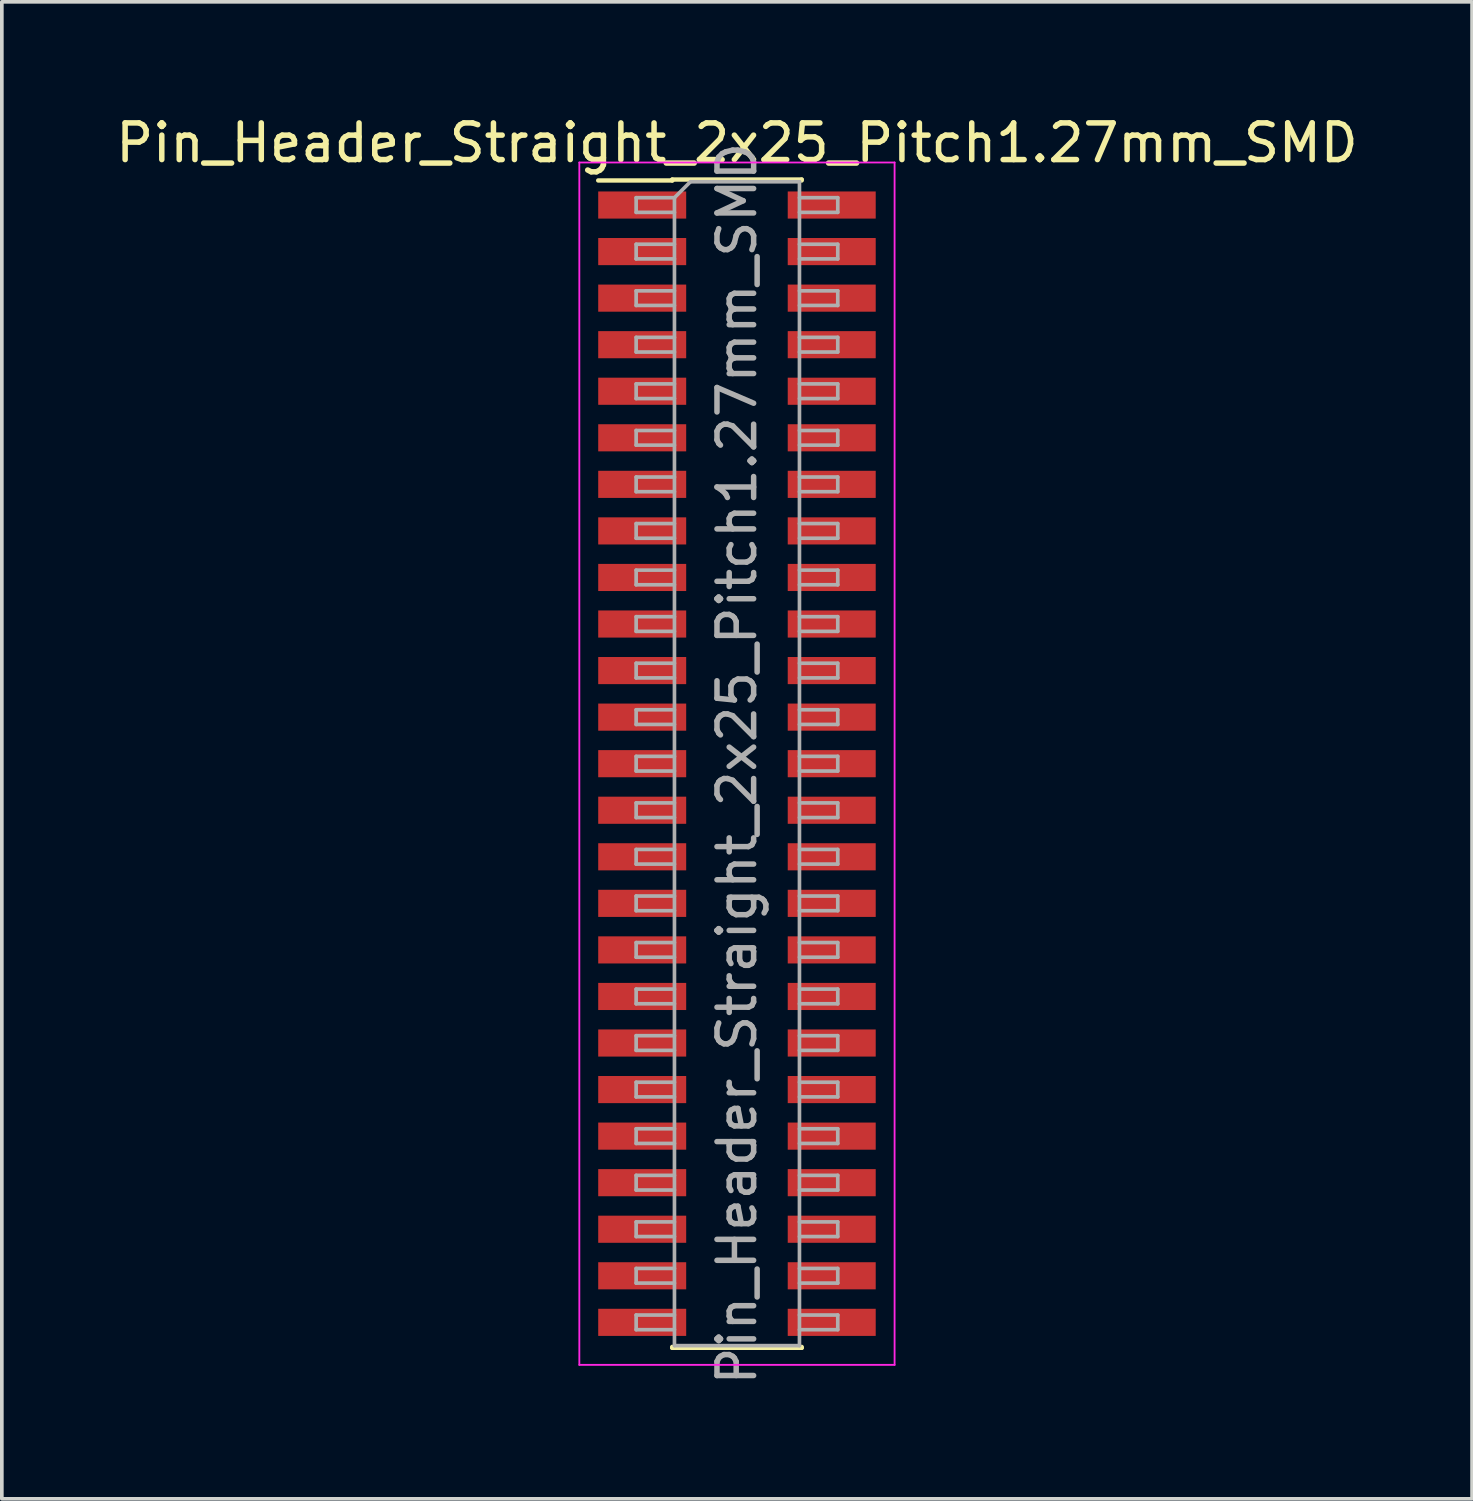
<source format=kicad_pcb>
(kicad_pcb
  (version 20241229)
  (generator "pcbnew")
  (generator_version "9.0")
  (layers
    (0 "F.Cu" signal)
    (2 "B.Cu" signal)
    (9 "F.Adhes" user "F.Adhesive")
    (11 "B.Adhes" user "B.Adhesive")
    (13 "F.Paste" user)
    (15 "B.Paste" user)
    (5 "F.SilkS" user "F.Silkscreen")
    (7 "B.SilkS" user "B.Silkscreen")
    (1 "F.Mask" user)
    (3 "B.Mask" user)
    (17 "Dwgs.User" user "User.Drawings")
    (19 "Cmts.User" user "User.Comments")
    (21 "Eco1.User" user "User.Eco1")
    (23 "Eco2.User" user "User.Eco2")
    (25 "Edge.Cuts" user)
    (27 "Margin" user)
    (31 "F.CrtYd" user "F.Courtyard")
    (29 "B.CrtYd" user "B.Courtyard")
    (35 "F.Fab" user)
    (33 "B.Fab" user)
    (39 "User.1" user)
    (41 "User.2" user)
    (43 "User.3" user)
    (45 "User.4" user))
  (footprint "Pin_Header_Straight_2x25_Pitch1.27mm_SMD"
    (layer "F.Cu")
    (at 17.054 17.783)
    (property "Reference" "Pin_Header_Straight_2x25_Pitch1.27mm_SMD" (at 0 -16.935 0) (layer "F.SilkS") (effects (font (size 1 1) (thickness 0.15))))
    (attr smd)
    (fp_line (start -3.785 -15.91) (end -1.765 -15.91) (stroke (width 0.12) (type solid)) (layer "F.SilkS"))
    (fp_line (start -1.765 -15.935) (end 1.765 -15.935) (stroke (width 0.12) (type solid)) (layer "F.SilkS"))
    (fp_line (start -1.765 -15.91) (end -1.765 -15.935) (stroke (width 0.12) (type solid)) (layer "F.SilkS"))
    (fp_line (start -1.765 15.91) (end -1.765 15.935) (stroke (width 0.12) (type solid)) (layer "F.SilkS"))
    (fp_line (start -1.765 15.935) (end 1.765 15.935) (stroke (width 0.12) (type solid)) (layer "F.SilkS"))
    (fp_line (start 1.765 -15.935) (end 1.765 -15.91) (stroke (width 0.12) (type solid)) (layer "F.SilkS"))
    (fp_line (start 1.765 15.935) (end 1.765 15.91) (stroke (width 0.12) (type solid)) (layer "F.SilkS"))
    (fp_line (start -4.3 -16.4) (end -4.3 16.4) (stroke (width 0.05) (type solid)) (layer "F.CrtYd"))
    (fp_line (start -4.3 16.4) (end 4.3 16.4) (stroke (width 0.05) (type solid)) (layer "F.CrtYd"))
    (fp_line (start 4.3 -16.4) (end -4.3 -16.4) (stroke (width 0.05) (type solid)) (layer "F.CrtYd"))
    (fp_line (start 4.3 16.4) (end 4.3 -16.4) (stroke (width 0.05) (type solid)) (layer "F.CrtYd"))
    (fp_line (start -2.75 -15.44) (end -2.75 -15.04) (stroke (width 0.1) (type solid)) (layer "F.Fab"))
    (fp_line (start -2.75 -15.04) (end -1.705 -15.04) (stroke (width 0.1) (type solid)) (layer "F.Fab"))
    (fp_line (start -2.75 -14.17) (end -2.75 -13.77) (stroke (width 0.1) (type solid)) (layer "F.Fab"))
    (fp_line (start -2.75 -13.77) (end -1.705 -13.77) (stroke (width 0.1) (type solid)) (layer "F.Fab"))
    (fp_line (start -2.75 -12.9) (end -2.75 -12.5) (stroke (width 0.1) (type solid)) (layer "F.Fab"))
    (fp_line (start -2.75 -12.5) (end -1.705 -12.5) (stroke (width 0.1) (type solid)) (layer "F.Fab"))
    (fp_line (start -2.75 -11.63) (end -2.75 -11.23) (stroke (width 0.1) (type solid)) (layer "F.Fab"))
    (fp_line (start -2.75 -11.23) (end -1.705 -11.23) (stroke (width 0.1) (type solid)) (layer "F.Fab"))
    (fp_line (start -2.75 -10.36) (end -2.75 -9.96) (stroke (width 0.1) (type solid)) (layer "F.Fab"))
    (fp_line (start -2.75 -9.96) (end -1.705 -9.96) (stroke (width 0.1) (type solid)) (layer "F.Fab"))
    (fp_line (start -2.75 -9.09) (end -2.75 -8.69) (stroke (width 0.1) (type solid)) (layer "F.Fab"))
    (fp_line (start -2.75 -8.69) (end -1.705 -8.69) (stroke (width 0.1) (type solid)) (layer "F.Fab"))
    (fp_line (start -2.75 -7.82) (end -2.75 -7.42) (stroke (width 0.1) (type solid)) (layer "F.Fab"))
    (fp_line (start -2.75 -7.42) (end -1.705 -7.42) (stroke (width 0.1) (type solid)) (layer "F.Fab"))
    (fp_line (start -2.75 -6.55) (end -2.75 -6.15) (stroke (width 0.1) (type solid)) (layer "F.Fab"))
    (fp_line (start -2.75 -6.15) (end -1.705 -6.15) (stroke (width 0.1) (type solid)) (layer "F.Fab"))
    (fp_line (start -2.75 -5.28) (end -2.75 -4.88) (stroke (width 0.1) (type solid)) (layer "F.Fab"))
    (fp_line (start -2.75 -4.88) (end -1.705 -4.88) (stroke (width 0.1) (type solid)) (layer "F.Fab"))
    (fp_line (start -2.75 -4.01) (end -2.75 -3.61) (stroke (width 0.1) (type solid)) (layer "F.Fab"))
    (fp_line (start -2.75 -3.61) (end -1.705 -3.61) (stroke (width 0.1) (type solid)) (layer "F.Fab"))
    (fp_line (start -2.75 -2.74) (end -2.75 -2.34) (stroke (width 0.1) (type solid)) (layer "F.Fab"))
    (fp_line (start -2.75 -2.34) (end -1.705 -2.34) (stroke (width 0.1) (type solid)) (layer "F.Fab"))
    (fp_line (start -2.75 -1.47) (end -2.75 -1.07) (stroke (width 0.1) (type solid)) (layer "F.Fab"))
    (fp_line (start -2.75 -1.07) (end -1.705 -1.07) (stroke (width 0.1) (type solid)) (layer "F.Fab"))
    (fp_line (start -2.75 -0.2) (end -2.75 0.2) (stroke (width 0.1) (type solid)) (layer "F.Fab"))
    (fp_line (start -2.75 0.2) (end -1.705 0.2) (stroke (width 0.1) (type solid)) (layer "F.Fab"))
    (fp_line (start -2.75 1.07) (end -2.75 1.47) (stroke (width 0.1) (type solid)) (layer "F.Fab"))
    (fp_line (start -2.75 1.47) (end -1.705 1.47) (stroke (width 0.1) (type solid)) (layer "F.Fab"))
    (fp_line (start -2.75 2.34) (end -2.75 2.74) (stroke (width 0.1) (type solid)) (layer "F.Fab"))
    (fp_line (start -2.75 2.74) (end -1.705 2.74) (stroke (width 0.1) (type solid)) (layer "F.Fab"))
    (fp_line (start -2.75 3.61) (end -2.75 4.01) (stroke (width 0.1) (type solid)) (layer "F.Fab"))
    (fp_line (start -2.75 4.01) (end -1.705 4.01) (stroke (width 0.1) (type solid)) (layer "F.Fab"))
    (fp_line (start -2.75 4.88) (end -2.75 5.28) (stroke (width 0.1) (type solid)) (layer "F.Fab"))
    (fp_line (start -2.75 5.28) (end -1.705 5.28) (stroke (width 0.1) (type solid)) (layer "F.Fab"))
    (fp_line (start -2.75 6.15) (end -2.75 6.55) (stroke (width 0.1) (type solid)) (layer "F.Fab"))
    (fp_line (start -2.75 6.55) (end -1.705 6.55) (stroke (width 0.1) (type solid)) (layer "F.Fab"))
    (fp_line (start -2.75 7.42) (end -2.75 7.82) (stroke (width 0.1) (type solid)) (layer "F.Fab"))
    (fp_line (start -2.75 7.82) (end -1.705 7.82) (stroke (width 0.1) (type solid)) (layer "F.Fab"))
    (fp_line (start -2.75 8.69) (end -2.75 9.09) (stroke (width 0.1) (type solid)) (layer "F.Fab"))
    (fp_line (start -2.75 9.09) (end -1.705 9.09) (stroke (width 0.1) (type solid)) (layer "F.Fab"))
    (fp_line (start -2.75 9.96) (end -2.75 10.36) (stroke (width 0.1) (type solid)) (layer "F.Fab"))
    (fp_line (start -2.75 10.36) (end -1.705 10.36) (stroke (width 0.1) (type solid)) (layer "F.Fab"))
    (fp_line (start -2.75 11.23) (end -2.75 11.63) (stroke (width 0.1) (type solid)) (layer "F.Fab"))
    (fp_line (start -2.75 11.63) (end -1.705 11.63) (stroke (width 0.1) (type solid)) (layer "F.Fab"))
    (fp_line (start -2.75 12.5) (end -2.75 12.9) (stroke (width 0.1) (type solid)) (layer "F.Fab"))
    (fp_line (start -2.75 12.9) (end -1.705 12.9) (stroke (width 0.1) (type solid)) (layer "F.Fab"))
    (fp_line (start -2.75 13.77) (end -2.75 14.17) (stroke (width 0.1) (type solid)) (layer "F.Fab"))
    (fp_line (start -2.75 14.17) (end -1.705 14.17) (stroke (width 0.1) (type solid)) (layer "F.Fab"))
    (fp_line (start -2.75 15.04) (end -2.75 15.44) (stroke (width 0.1) (type solid)) (layer "F.Fab"))
    (fp_line (start -2.75 15.44) (end -1.705 15.44) (stroke (width 0.1) (type solid)) (layer "F.Fab"))
    (fp_line (start -1.705 -15.44) (end -2.75 -15.44) (stroke (width 0.1) (type solid)) (layer "F.Fab"))
    (fp_line (start -1.705 -15.44) (end -1.27 -15.875) (stroke (width 0.1) (type solid)) (layer "F.Fab"))
    (fp_line (start -1.705 -14.17) (end -2.75 -14.17) (stroke (width 0.1) (type solid)) (layer "F.Fab"))
    (fp_line (start -1.705 -12.9) (end -2.75 -12.9) (stroke (width 0.1) (type solid)) (layer "F.Fab"))
    (fp_line (start -1.705 -11.63) (end -2.75 -11.63) (stroke (width 0.1) (type solid)) (layer "F.Fab"))
    (fp_line (start -1.705 -10.36) (end -2.75 -10.36) (stroke (width 0.1) (type solid)) (layer "F.Fab"))
    (fp_line (start -1.705 -9.09) (end -2.75 -9.09) (stroke (width 0.1) (type solid)) (layer "F.Fab"))
    (fp_line (start -1.705 -7.82) (end -2.75 -7.82) (stroke (width 0.1) (type solid)) (layer "F.Fab"))
    (fp_line (start -1.705 -6.55) (end -2.75 -6.55) (stroke (width 0.1) (type solid)) (layer "F.Fab"))
    (fp_line (start -1.705 -5.28) (end -2.75 -5.28) (stroke (width 0.1) (type solid)) (layer "F.Fab"))
    (fp_line (start -1.705 -4.01) (end -2.75 -4.01) (stroke (width 0.1) (type solid)) (layer "F.Fab"))
    (fp_line (start -1.705 -2.74) (end -2.75 -2.74) (stroke (width 0.1) (type solid)) (layer "F.Fab"))
    (fp_line (start -1.705 -1.47) (end -2.75 -1.47) (stroke (width 0.1) (type solid)) (layer "F.Fab"))
    (fp_line (start -1.705 -0.2) (end -2.75 -0.2) (stroke (width 0.1) (type solid)) (layer "F.Fab"))
    (fp_line (start -1.705 1.07) (end -2.75 1.07) (stroke (width 0.1) (type solid)) (layer "F.Fab"))
    (fp_line (start -1.705 2.34) (end -2.75 2.34) (stroke (width 0.1) (type solid)) (layer "F.Fab"))
    (fp_line (start -1.705 3.61) (end -2.75 3.61) (stroke (width 0.1) (type solid)) (layer "F.Fab"))
    (fp_line (start -1.705 4.88) (end -2.75 4.88) (stroke (width 0.1) (type solid)) (layer "F.Fab"))
    (fp_line (start -1.705 6.15) (end -2.75 6.15) (stroke (width 0.1) (type solid)) (layer "F.Fab"))
    (fp_line (start -1.705 7.42) (end -2.75 7.42) (stroke (width 0.1) (type solid)) (layer "F.Fab"))
    (fp_line (start -1.705 8.69) (end -2.75 8.69) (stroke (width 0.1) (type solid)) (layer "F.Fab"))
    (fp_line (start -1.705 9.96) (end -2.75 9.96) (stroke (width 0.1) (type solid)) (layer "F.Fab"))
    (fp_line (start -1.705 11.23) (end -2.75 11.23) (stroke (width 0.1) (type solid)) (layer "F.Fab"))
    (fp_line (start -1.705 12.5) (end -2.75 12.5) (stroke (width 0.1) (type solid)) (layer "F.Fab"))
    (fp_line (start -1.705 13.77) (end -2.75 13.77) (stroke (width 0.1) (type solid)) (layer "F.Fab"))
    (fp_line (start -1.705 15.04) (end -2.75 15.04) (stroke (width 0.1) (type solid)) (layer "F.Fab"))
    (fp_line (start -1.705 15.875) (end -1.705 -15.44) (stroke (width 0.1) (type solid)) (layer "F.Fab"))
    (fp_line (start -1.27 -15.875) (end 1.705 -15.875) (stroke (width 0.1) (type solid)) (layer "F.Fab"))
    (fp_line (start 1.705 -15.875) (end 1.705 15.875) (stroke (width 0.1) (type solid)) (layer "F.Fab"))
    (fp_line (start 1.705 -15.44) (end 2.75 -15.44) (stroke (width 0.1) (type solid)) (layer "F.Fab"))
    (fp_line (start 1.705 -14.17) (end 2.75 -14.17) (stroke (width 0.1) (type solid)) (layer "F.Fab"))
    (fp_line (start 1.705 -12.9) (end 2.75 -12.9) (stroke (width 0.1) (type solid)) (layer "F.Fab"))
    (fp_line (start 1.705 -11.63) (end 2.75 -11.63) (stroke (width 0.1) (type solid)) (layer "F.Fab"))
    (fp_line (start 1.705 -10.36) (end 2.75 -10.36) (stroke (width 0.1) (type solid)) (layer "F.Fab"))
    (fp_line (start 1.705 -9.09) (end 2.75 -9.09) (stroke (width 0.1) (type solid)) (layer "F.Fab"))
    (fp_line (start 1.705 -7.82) (end 2.75 -7.82) (stroke (width 0.1) (type solid)) (layer "F.Fab"))
    (fp_line (start 1.705 -6.55) (end 2.75 -6.55) (stroke (width 0.1) (type solid)) (layer "F.Fab"))
    (fp_line (start 1.705 -5.28) (end 2.75 -5.28) (stroke (width 0.1) (type solid)) (layer "F.Fab"))
    (fp_line (start 1.705 -4.01) (end 2.75 -4.01) (stroke (width 0.1) (type solid)) (layer "F.Fab"))
    (fp_line (start 1.705 -2.74) (end 2.75 -2.74) (stroke (width 0.1) (type solid)) (layer "F.Fab"))
    (fp_line (start 1.705 -1.47) (end 2.75 -1.47) (stroke (width 0.1) (type solid)) (layer "F.Fab"))
    (fp_line (start 1.705 -0.2) (end 2.75 -0.2) (stroke (width 0.1) (type solid)) (layer "F.Fab"))
    (fp_line (start 1.705 1.07) (end 2.75 1.07) (stroke (width 0.1) (type solid)) (layer "F.Fab"))
    (fp_line (start 1.705 2.34) (end 2.75 2.34) (stroke (width 0.1) (type solid)) (layer "F.Fab"))
    (fp_line (start 1.705 3.61) (end 2.75 3.61) (stroke (width 0.1) (type solid)) (layer "F.Fab"))
    (fp_line (start 1.705 4.88) (end 2.75 4.88) (stroke (width 0.1) (type solid)) (layer "F.Fab"))
    (fp_line (start 1.705 6.15) (end 2.75 6.15) (stroke (width 0.1) (type solid)) (layer "F.Fab"))
    (fp_line (start 1.705 7.42) (end 2.75 7.42) (stroke (width 0.1) (type solid)) (layer "F.Fab"))
    (fp_line (start 1.705 8.69) (end 2.75 8.69) (stroke (width 0.1) (type solid)) (layer "F.Fab"))
    (fp_line (start 1.705 9.96) (end 2.75 9.96) (stroke (width 0.1) (type solid)) (layer "F.Fab"))
    (fp_line (start 1.705 11.23) (end 2.75 11.23) (stroke (width 0.1) (type solid)) (layer "F.Fab"))
    (fp_line (start 1.705 12.5) (end 2.75 12.5) (stroke (width 0.1) (type solid)) (layer "F.Fab"))
    (fp_line (start 1.705 13.77) (end 2.75 13.77) (stroke (width 0.1) (type solid)) (layer "F.Fab"))
    (fp_line (start 1.705 15.04) (end 2.75 15.04) (stroke (width 0.1) (type solid)) (layer "F.Fab"))
    (fp_line (start 1.705 15.875) (end -1.705 15.875) (stroke (width 0.1) (type solid)) (layer "F.Fab"))
    (fp_line (start 2.75 -15.44) (end 2.75 -15.04) (stroke (width 0.1) (type solid)) (layer "F.Fab"))
    (fp_line (start 2.75 -15.04) (end 1.705 -15.04) (stroke (width 0.1) (type solid)) (layer "F.Fab"))
    (fp_line (start 2.75 -14.17) (end 2.75 -13.77) (stroke (width 0.1) (type solid)) (layer "F.Fab"))
    (fp_line (start 2.75 -13.77) (end 1.705 -13.77) (stroke (width 0.1) (type solid)) (layer "F.Fab"))
    (fp_line (start 2.75 -12.9) (end 2.75 -12.5) (stroke (width 0.1) (type solid)) (layer "F.Fab"))
    (fp_line (start 2.75 -12.5) (end 1.705 -12.5) (stroke (width 0.1) (type solid)) (layer "F.Fab"))
    (fp_line (start 2.75 -11.63) (end 2.75 -11.23) (stroke (width 0.1) (type solid)) (layer "F.Fab"))
    (fp_line (start 2.75 -11.23) (end 1.705 -11.23) (stroke (width 0.1) (type solid)) (layer "F.Fab"))
    (fp_line (start 2.75 -10.36) (end 2.75 -9.96) (stroke (width 0.1) (type solid)) (layer "F.Fab"))
    (fp_line (start 2.75 -9.96) (end 1.705 -9.96) (stroke (width 0.1) (type solid)) (layer "F.Fab"))
    (fp_line (start 2.75 -9.09) (end 2.75 -8.69) (stroke (width 0.1) (type solid)) (layer "F.Fab"))
    (fp_line (start 2.75 -8.69) (end 1.705 -8.69) (stroke (width 0.1) (type solid)) (layer "F.Fab"))
    (fp_line (start 2.75 -7.82) (end 2.75 -7.42) (stroke (width 0.1) (type solid)) (layer "F.Fab"))
    (fp_line (start 2.75 -7.42) (end 1.705 -7.42) (stroke (width 0.1) (type solid)) (layer "F.Fab"))
    (fp_line (start 2.75 -6.55) (end 2.75 -6.15) (stroke (width 0.1) (type solid)) (layer "F.Fab"))
    (fp_line (start 2.75 -6.15) (end 1.705 -6.15) (stroke (width 0.1) (type solid)) (layer "F.Fab"))
    (fp_line (start 2.75 -5.28) (end 2.75 -4.88) (stroke (width 0.1) (type solid)) (layer "F.Fab"))
    (fp_line (start 2.75 -4.88) (end 1.705 -4.88) (stroke (width 0.1) (type solid)) (layer "F.Fab"))
    (fp_line (start 2.75 -4.01) (end 2.75 -3.61) (stroke (width 0.1) (type solid)) (layer "F.Fab"))
    (fp_line (start 2.75 -3.61) (end 1.705 -3.61) (stroke (width 0.1) (type solid)) (layer "F.Fab"))
    (fp_line (start 2.75 -2.74) (end 2.75 -2.34) (stroke (width 0.1) (type solid)) (layer "F.Fab"))
    (fp_line (start 2.75 -2.34) (end 1.705 -2.34) (stroke (width 0.1) (type solid)) (layer "F.Fab"))
    (fp_line (start 2.75 -1.47) (end 2.75 -1.07) (stroke (width 0.1) (type solid)) (layer "F.Fab"))
    (fp_line (start 2.75 -1.07) (end 1.705 -1.07) (stroke (width 0.1) (type solid)) (layer "F.Fab"))
    (fp_line (start 2.75 -0.2) (end 2.75 0.2) (stroke (width 0.1) (type solid)) (layer "F.Fab"))
    (fp_line (start 2.75 0.2) (end 1.705 0.2) (stroke (width 0.1) (type solid)) (layer "F.Fab"))
    (fp_line (start 2.75 1.07) (end 2.75 1.47) (stroke (width 0.1) (type solid)) (layer "F.Fab"))
    (fp_line (start 2.75 1.47) (end 1.705 1.47) (stroke (width 0.1) (type solid)) (layer "F.Fab"))
    (fp_line (start 2.75 2.34) (end 2.75 2.74) (stroke (width 0.1) (type solid)) (layer "F.Fab"))
    (fp_line (start 2.75 2.74) (end 1.705 2.74) (stroke (width 0.1) (type solid)) (layer "F.Fab"))
    (fp_line (start 2.75 3.61) (end 2.75 4.01) (stroke (width 0.1) (type solid)) (layer "F.Fab"))
    (fp_line (start 2.75 4.01) (end 1.705 4.01) (stroke (width 0.1) (type solid)) (layer "F.Fab"))
    (fp_line (start 2.75 4.88) (end 2.75 5.28) (stroke (width 0.1) (type solid)) (layer "F.Fab"))
    (fp_line (start 2.75 5.28) (end 1.705 5.28) (stroke (width 0.1) (type solid)) (layer "F.Fab"))
    (fp_line (start 2.75 6.15) (end 2.75 6.55) (stroke (width 0.1) (type solid)) (layer "F.Fab"))
    (fp_line (start 2.75 6.55) (end 1.705 6.55) (stroke (width 0.1) (type solid)) (layer "F.Fab"))
    (fp_line (start 2.75 7.42) (end 2.75 7.82) (stroke (width 0.1) (type solid)) (layer "F.Fab"))
    (fp_line (start 2.75 7.82) (end 1.705 7.82) (stroke (width 0.1) (type solid)) (layer "F.Fab"))
    (fp_line (start 2.75 8.69) (end 2.75 9.09) (stroke (width 0.1) (type solid)) (layer "F.Fab"))
    (fp_line (start 2.75 9.09) (end 1.705 9.09) (stroke (width 0.1) (type solid)) (layer "F.Fab"))
    (fp_line (start 2.75 9.96) (end 2.75 10.36) (stroke (width 0.1) (type solid)) (layer "F.Fab"))
    (fp_line (start 2.75 10.36) (end 1.705 10.36) (stroke (width 0.1) (type solid)) (layer "F.Fab"))
    (fp_line (start 2.75 11.23) (end 2.75 11.63) (stroke (width 0.1) (type solid)) (layer "F.Fab"))
    (fp_line (start 2.75 11.63) (end 1.705 11.63) (stroke (width 0.1) (type solid)) (layer "F.Fab"))
    (fp_line (start 2.75 12.5) (end 2.75 12.9) (stroke (width 0.1) (type solid)) (layer "F.Fab"))
    (fp_line (start 2.75 12.9) (end 1.705 12.9) (stroke (width 0.1) (type solid)) (layer "F.Fab"))
    (fp_line (start 2.75 13.77) (end 2.75 14.17) (stroke (width 0.1) (type solid)) (layer "F.Fab"))
    (fp_line (start 2.75 14.17) (end 1.705 14.17) (stroke (width 0.1) (type solid)) (layer "F.Fab"))
    (fp_line (start 2.75 15.04) (end 2.75 15.44) (stroke (width 0.1) (type solid)) (layer "F.Fab"))
    (fp_line (start 2.75 15.44) (end 1.705 15.44) (stroke (width 0.1) (type solid)) (layer "F.Fab"))
    (fp_text user "${REFERENCE}" (at 0 0 90) (layer "F.Fab") (effects (font (size 1 1) (thickness 0.15))))
    (pad "1" smd rect (at -2.585 -15.24) (size 2.4 0.74) (layers "F.Cu" "F.Mask" "F.Paste"))
    (pad "2" smd rect (at 2.585 -15.24) (size 2.4 0.74) (layers "F.Cu" "F.Mask" "F.Paste"))
    (pad "3" smd rect (at -2.585 -13.97) (size 2.4 0.74) (layers "F.Cu" "F.Mask" "F.Paste"))
    (pad "4" smd rect (at 2.585 -13.97) (size 2.4 0.74) (layers "F.Cu" "F.Mask" "F.Paste"))
    (pad "5" smd rect (at -2.585 -12.7) (size 2.4 0.74) (layers "F.Cu" "F.Mask" "F.Paste"))
    (pad "6" smd rect (at 2.585 -12.7) (size 2.4 0.74) (layers "F.Cu" "F.Mask" "F.Paste"))
    (pad "7" smd rect (at -2.585 -11.43) (size 2.4 0.74) (layers "F.Cu" "F.Mask" "F.Paste"))
    (pad "8" smd rect (at 2.585 -11.43) (size 2.4 0.74) (layers "F.Cu" "F.Mask" "F.Paste"))
    (pad "9" smd rect (at -2.585 -10.16) (size 2.4 0.74) (layers "F.Cu" "F.Mask" "F.Paste"))
    (pad "10" smd rect (at 2.585 -10.16) (size 2.4 0.74) (layers "F.Cu" "F.Mask" "F.Paste"))
    (pad "11" smd rect (at -2.585 -8.89) (size 2.4 0.74) (layers "F.Cu" "F.Mask" "F.Paste"))
    (pad "12" smd rect (at 2.585 -8.89) (size 2.4 0.74) (layers "F.Cu" "F.Mask" "F.Paste"))
    (pad "13" smd rect (at -2.585 -7.62) (size 2.4 0.74) (layers "F.Cu" "F.Mask" "F.Paste"))
    (pad "14" smd rect (at 2.585 -7.62) (size 2.4 0.74) (layers "F.Cu" "F.Mask" "F.Paste"))
    (pad "15" smd rect (at -2.585 -6.35) (size 2.4 0.74) (layers "F.Cu" "F.Mask" "F.Paste"))
    (pad "16" smd rect (at 2.585 -6.35) (size 2.4 0.74) (layers "F.Cu" "F.Mask" "F.Paste"))
    (pad "17" smd rect (at -2.585 -5.08) (size 2.4 0.74) (layers "F.Cu" "F.Mask" "F.Paste"))
    (pad "18" smd rect (at 2.585 -5.08) (size 2.4 0.74) (layers "F.Cu" "F.Mask" "F.Paste"))
    (pad "19" smd rect (at -2.585 -3.81) (size 2.4 0.74) (layers "F.Cu" "F.Mask" "F.Paste"))
    (pad "20" smd rect (at 2.585 -3.81) (size 2.4 0.74) (layers "F.Cu" "F.Mask" "F.Paste"))
    (pad "21" smd rect (at -2.585 -2.54) (size 2.4 0.74) (layers "F.Cu" "F.Mask" "F.Paste"))
    (pad "22" smd rect (at 2.585 -2.54) (size 2.4 0.74) (layers "F.Cu" "F.Mask" "F.Paste"))
    (pad "23" smd rect (at -2.585 -1.27) (size 2.4 0.74) (layers "F.Cu" "F.Mask" "F.Paste"))
    (pad "24" smd rect (at 2.585 -1.27) (size 2.4 0.74) (layers "F.Cu" "F.Mask" "F.Paste"))
    (pad "25" smd rect (at -2.585 0) (size 2.4 0.74) (layers "F.Cu" "F.Mask" "F.Paste"))
    (pad "26" smd rect (at 2.585 0) (size 2.4 0.74) (layers "F.Cu" "F.Mask" "F.Paste"))
    (pad "27" smd rect (at -2.585 1.27) (size 2.4 0.74) (layers "F.Cu" "F.Mask" "F.Paste"))
    (pad "28" smd rect (at 2.585 1.27) (size 2.4 0.74) (layers "F.Cu" "F.Mask" "F.Paste"))
    (pad "29" smd rect (at -2.585 2.54) (size 2.4 0.74) (layers "F.Cu" "F.Mask" "F.Paste"))
    (pad "30" smd rect (at 2.585 2.54) (size 2.4 0.74) (layers "F.Cu" "F.Mask" "F.Paste"))
    (pad "31" smd rect (at -2.585 3.81) (size 2.4 0.74) (layers "F.Cu" "F.Mask" "F.Paste"))
    (pad "32" smd rect (at 2.585 3.81) (size 2.4 0.74) (layers "F.Cu" "F.Mask" "F.Paste"))
    (pad "33" smd rect (at -2.585 5.08) (size 2.4 0.74) (layers "F.Cu" "F.Mask" "F.Paste"))
    (pad "34" smd rect (at 2.585 5.08) (size 2.4 0.74) (layers "F.Cu" "F.Mask" "F.Paste"))
    (pad "35" smd rect (at -2.585 6.35) (size 2.4 0.74) (layers "F.Cu" "F.Mask" "F.Paste"))
    (pad "36" smd rect (at 2.585 6.35) (size 2.4 0.74) (layers "F.Cu" "F.Mask" "F.Paste"))
    (pad "37" smd rect (at -2.585 7.62) (size 2.4 0.74) (layers "F.Cu" "F.Mask" "F.Paste"))
    (pad "38" smd rect (at 2.585 7.62) (size 2.4 0.74) (layers "F.Cu" "F.Mask" "F.Paste"))
    (pad "39" smd rect (at -2.585 8.89) (size 2.4 0.74) (layers "F.Cu" "F.Mask" "F.Paste"))
    (pad "40" smd rect (at 2.585 8.89) (size 2.4 0.74) (layers "F.Cu" "F.Mask" "F.Paste"))
    (pad "41" smd rect (at -2.585 10.16) (size 2.4 0.74) (layers "F.Cu" "F.Mask" "F.Paste"))
    (pad "42" smd rect (at 2.585 10.16) (size 2.4 0.74) (layers "F.Cu" "F.Mask" "F.Paste"))
    (pad "43" smd rect (at -2.585 11.43) (size 2.4 0.74) (layers "F.Cu" "F.Mask" "F.Paste"))
    (pad "44" smd rect (at 2.585 11.43) (size 2.4 0.74) (layers "F.Cu" "F.Mask" "F.Paste"))
    (pad "45" smd rect (at -2.585 12.7) (size 2.4 0.74) (layers "F.Cu" "F.Mask" "F.Paste"))
    (pad "46" smd rect (at 2.585 12.7) (size 2.4 0.74) (layers "F.Cu" "F.Mask" "F.Paste"))
    (pad "47" smd rect (at -2.585 13.97) (size 2.4 0.74) (layers "F.Cu" "F.Mask" "F.Paste"))
    (pad "48" smd rect (at 2.585 13.97) (size 2.4 0.74) (layers "F.Cu" "F.Mask" "F.Paste"))
    (pad "49" smd rect (at -2.585 15.24) (size 2.4 0.74) (layers "F.Cu" "F.Mask" "F.Paste"))
    (pad "50" smd rect (at 2.585 15.24) (size 2.4 0.74) (layers "F.Cu" "F.Mask" "F.Paste")))
  (gr_rect
    (start -3 -3)
    (end 37.107 37.837)
    (stroke (width 0.1) (type default))
    (fill no)
    (layer "Edge.Cuts")))
</source>
